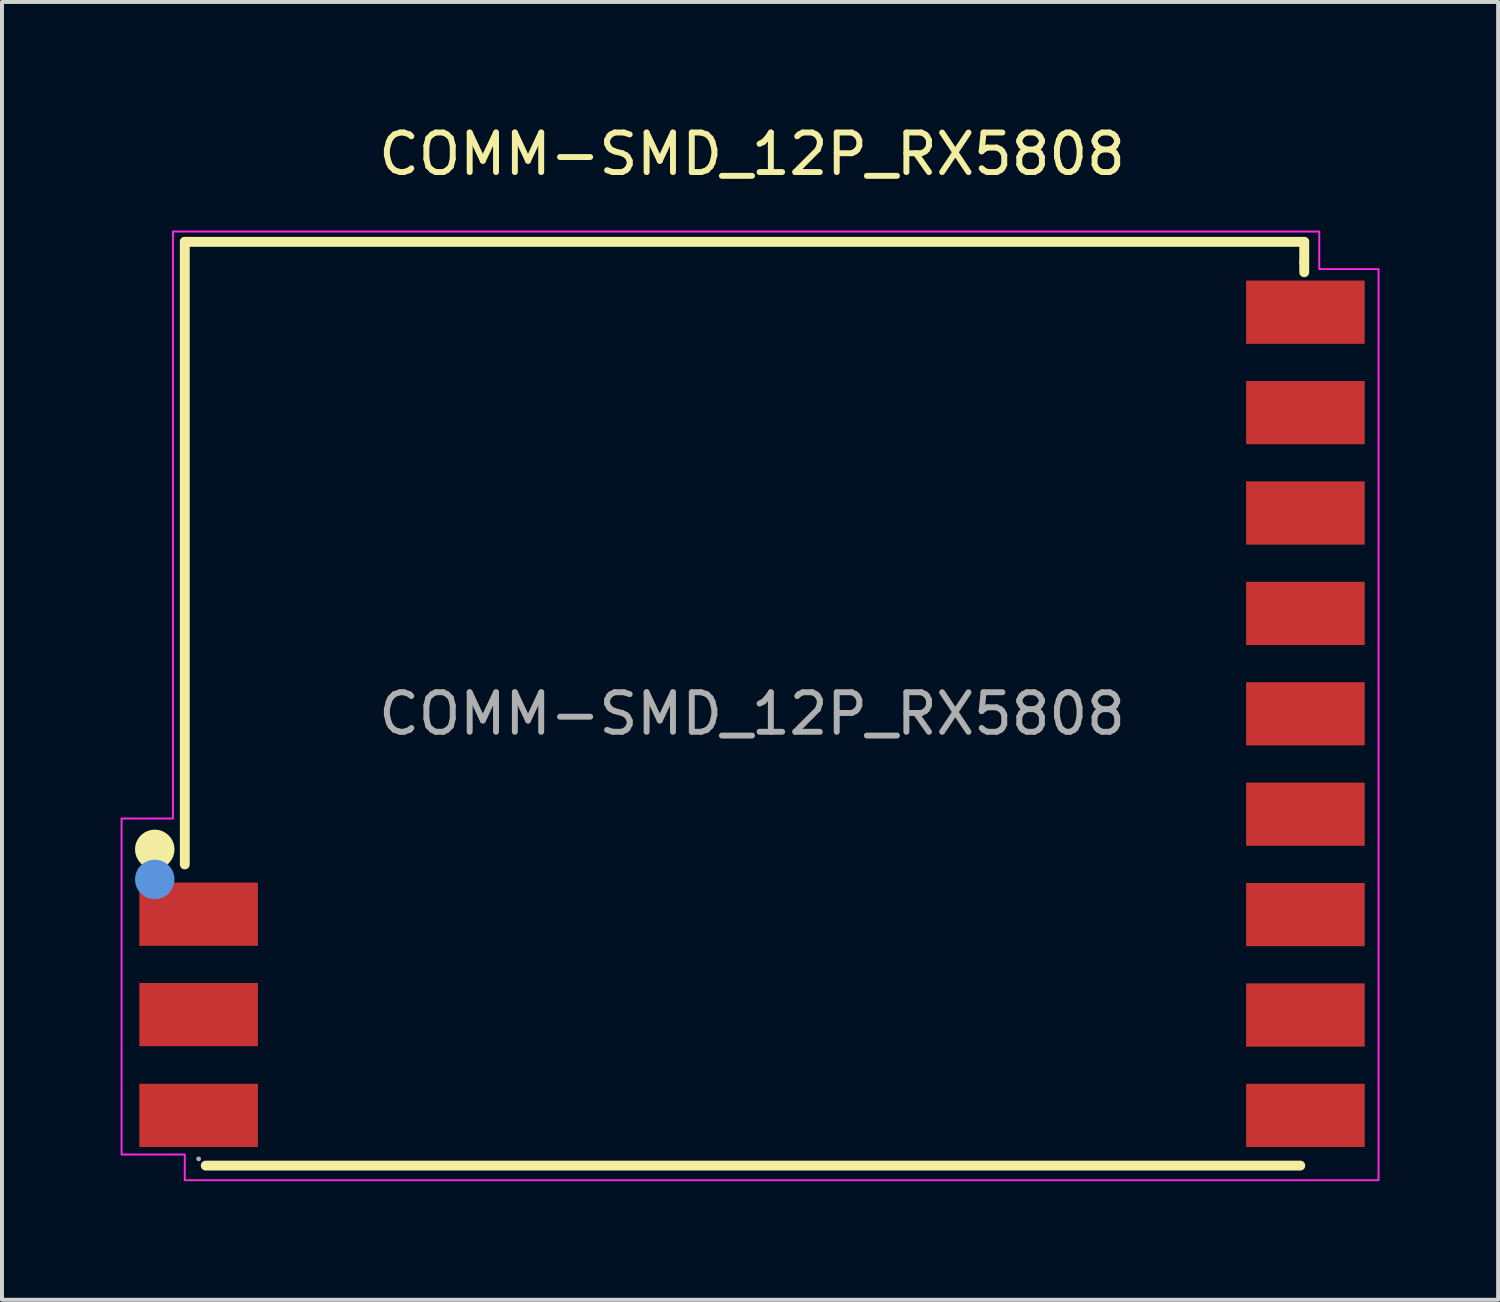
<source format=kicad_pcb>
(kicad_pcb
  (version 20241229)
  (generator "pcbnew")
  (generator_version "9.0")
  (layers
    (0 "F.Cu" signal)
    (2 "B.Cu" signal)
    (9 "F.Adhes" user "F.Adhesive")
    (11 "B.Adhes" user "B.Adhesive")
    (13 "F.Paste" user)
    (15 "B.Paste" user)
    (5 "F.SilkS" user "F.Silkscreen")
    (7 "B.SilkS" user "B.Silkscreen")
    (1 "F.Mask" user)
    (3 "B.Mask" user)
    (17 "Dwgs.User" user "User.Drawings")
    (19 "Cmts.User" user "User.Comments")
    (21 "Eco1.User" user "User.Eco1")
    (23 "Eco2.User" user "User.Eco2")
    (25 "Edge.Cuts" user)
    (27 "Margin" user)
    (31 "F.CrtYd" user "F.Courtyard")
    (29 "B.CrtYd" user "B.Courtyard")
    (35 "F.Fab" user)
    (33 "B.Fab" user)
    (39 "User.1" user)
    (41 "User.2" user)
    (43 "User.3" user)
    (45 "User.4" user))
  (footprint "COMM-SMD_12P_RX5808"
    (layer "F.Cu")
    (at 15.975 15.008)
    (property "Reference" "COMM-SMD_12P_RX5808" (at 0 -14.16 0) (layer "F.SilkS") (effects (font (size 1 1) (thickness 0.15))))
    (attr smd)
    (fp_line (start -14.35 -11.94) (end 13.97 -11.94) (stroke (width 0.25) (type solid)) (layer "F.SilkS"))
    (fp_line (start -14.35 3.81) (end -14.35 -11.94) (stroke (width 0.25) (type solid)) (layer "F.SilkS"))
    (fp_line (start -13.82 11.43) (end 13.87 11.43) (stroke (width 0.25) (type solid)) (layer "F.SilkS"))
    (fp_line (start 13.97 -11.94) (end 13.97 -11.43) (stroke (width 0.25) (type solid)) (layer "F.SilkS"))
    (fp_line (start 13.97 -11.43) (end 13.97 -11.17) (stroke (width 0.25) (type solid)) (layer "F.SilkS"))
    (fp_circle (center -15.11 3.43) (end -14.86 3.43) (stroke (width 0.5) (type solid)) (fill no) (layer "F.SilkS"))
    (fp_circle (center -15.11 4.19) (end -14.86 4.19) (stroke (width 0.5) (type solid)) (fill no) (layer "Cmts.User"))
    (fp_poly (pts (xy -15.95 2.65) (xy -14.65 2.65) (xy -14.65 -12.2) (xy 14.35 -12.2) (xy 14.35 -11.25) (xy 15.85 -11.25) (xy 15.85 11.8) (xy -14.35 11.8) (xy -14.35 11.15) (xy -15.95 11.15)) (stroke (width 0.05) (type solid)) (fill no) (layer "F.CrtYd"))
    (fp_circle (center -14 11.26) (end -13.97 11.26) (stroke (width 0.06) (type solid)) (fill no) (layer "F.Fab"))
    (fp_text user "${REFERENCE}" (at 0 0 0) (layer "F.Fab") (effects (font (size 1 1) (thickness 0.15))))
    (pad "1" smd rect (at -14 5.07) (size 3 1.6) (layers "F.Cu" "F.Mask" "F.Paste"))
    (pad "2" smd rect (at -14 7.61) (size 3 1.6) (layers "F.Cu" "F.Mask" "F.Paste"))
    (pad "3" smd rect (at -14 10.16) (size 3 1.6) (layers "F.Cu" "F.Mask" "F.Paste"))
    (pad "4" smd rect (at 14 10.16) (size 3 1.6) (layers "F.Cu" "F.Mask" "F.Paste"))
    (pad "5" smd rect (at 14 7.62) (size 3 1.6) (layers "F.Cu" "F.Mask" "F.Paste"))
    (pad "6" smd rect (at 14 5.08) (size 3 1.6) (layers "F.Cu" "F.Mask" "F.Paste"))
    (pad "7" smd rect (at 14 2.54) (size 3 1.6) (layers "F.Cu" "F.Mask" "F.Paste"))
    (pad "8" smd rect (at 14 0) (size 3 1.6) (layers "F.Cu" "F.Mask" "F.Paste"))
    (pad "9" smd rect (at 14 -2.54) (size 3 1.6) (layers "F.Cu" "F.Mask" "F.Paste"))
    (pad "10" smd rect (at 14 -5.08) (size 3 1.6) (layers "F.Cu" "F.Mask" "F.Paste"))
    (pad "11" smd rect (at 14 -7.62) (size 3 1.6) (layers "F.Cu" "F.Mask" "F.Paste"))
    (pad "12" smd rect (at 14 -10.16) (size 3 1.6) (layers "F.Cu" "F.Mask" "F.Paste")))
  (gr_rect
    (start -3 -3)
    (end 34.85 29.833)
    (stroke (width 0.1) (type default))
    (fill no)
    (layer "Edge.Cuts")))
</source>
